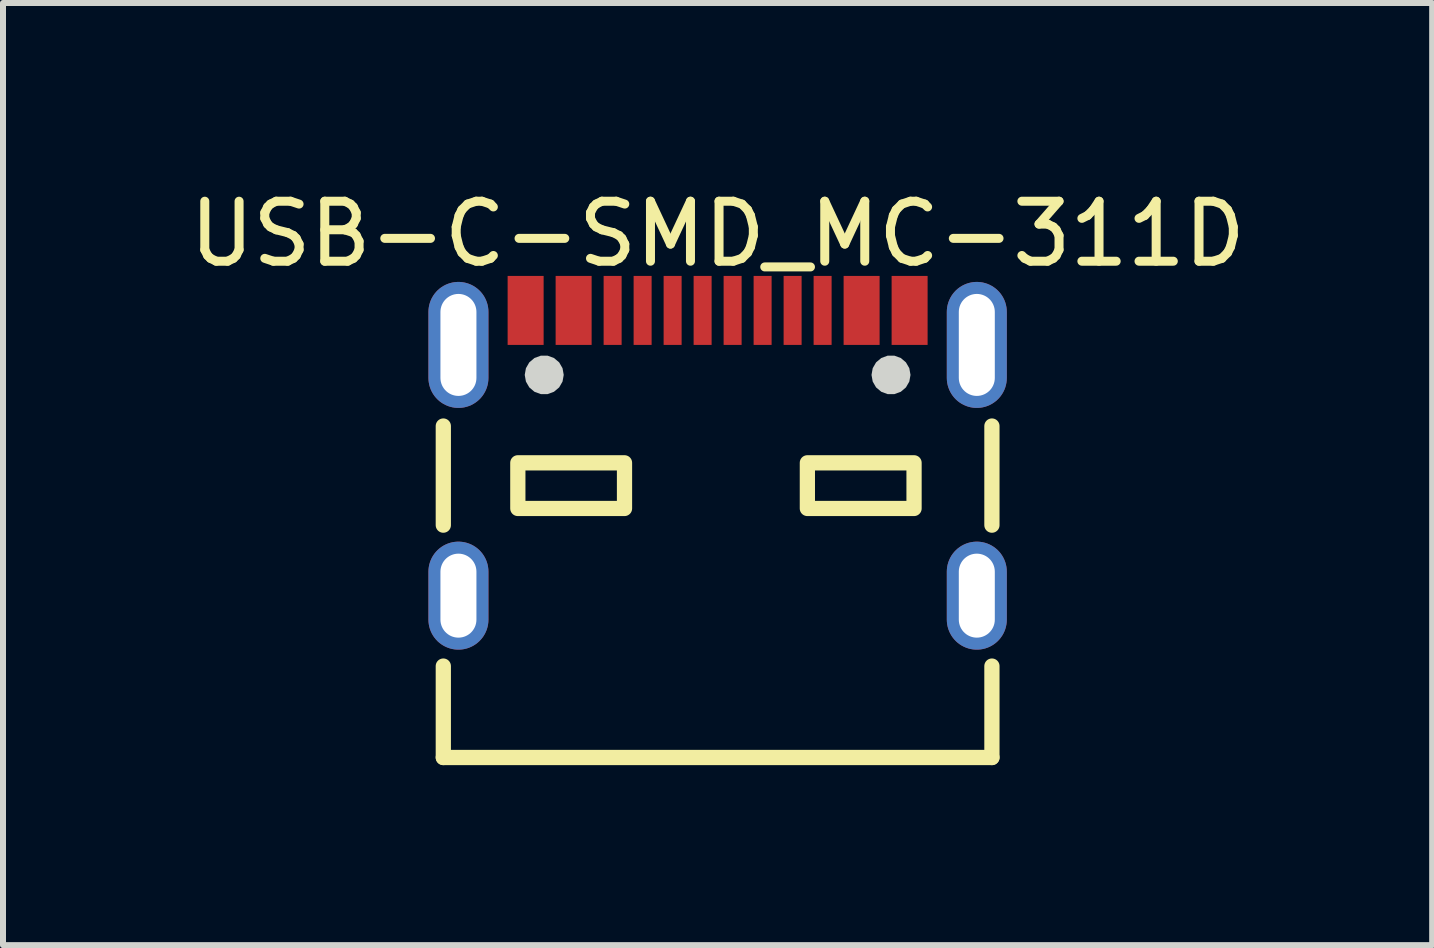
<source format=kicad_pcb>
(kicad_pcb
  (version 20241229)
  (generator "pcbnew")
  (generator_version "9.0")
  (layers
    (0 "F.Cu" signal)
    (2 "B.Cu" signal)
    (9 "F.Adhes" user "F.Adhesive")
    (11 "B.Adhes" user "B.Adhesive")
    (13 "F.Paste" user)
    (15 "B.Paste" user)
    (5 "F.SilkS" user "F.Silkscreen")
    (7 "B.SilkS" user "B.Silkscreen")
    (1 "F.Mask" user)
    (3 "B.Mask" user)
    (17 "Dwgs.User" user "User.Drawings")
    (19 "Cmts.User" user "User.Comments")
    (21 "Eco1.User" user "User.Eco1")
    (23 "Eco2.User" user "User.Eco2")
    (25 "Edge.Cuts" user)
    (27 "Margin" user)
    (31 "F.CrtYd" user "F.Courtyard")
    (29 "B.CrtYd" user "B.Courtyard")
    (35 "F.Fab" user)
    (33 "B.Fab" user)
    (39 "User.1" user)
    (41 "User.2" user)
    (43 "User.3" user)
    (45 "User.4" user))
  (footprint "USB-C-SMD_MC-311D"
    (layer "F.Cu")
    (at 8.911 4.501)
    (property "Reference" "USB-C-SMD_MC-311D" (at 0 -3.652 0) (layer "F.SilkS") (effects (font (size 1 1) (thickness 0.15))))
    (fp_line (start -4.572 -0.45) (end -4.572 1.202) (stroke (width 0.254) (type default)) (layer "F.SilkS"))
    (fp_line (start -4.572 3.551) (end -4.572 5.075) (stroke (width 0.254) (type default)) (layer "F.SilkS"))
    (fp_line (start -4.572 5.075) (end 4.572 5.075) (stroke (width 0.254) (type default)) (layer "F.SilkS"))
    (fp_line (start 4.572 -0.45) (end 4.572 1.202) (stroke (width 0.254) (type default)) (layer "F.SilkS"))
    (fp_line (start 4.572 5.075) (end 4.572 3.551) (stroke (width 0.254) (type default)) (layer "F.SilkS"))
    (fp_rect (start -3.33 0.163) (end -1.552 0.924) (stroke (width 0.254) (type default)) (fill no) (layer "F.SilkS"))
    (fp_rect (start 1.496 0.163) (end 3.274 0.924) (stroke (width 0.254) (type default)) (fill no) (layer "F.SilkS"))
    (fp_poly (pts (xy -2.565 -1.302) (xy -2.585 -1.414) (xy -2.641 -1.511) (xy -2.728 -1.584) (xy -2.834 -1.623) (xy -2.946 -1.623) (xy -3.053 -1.584) (xy -3.139 -1.511) (xy -3.195 -1.414) (xy -3.215 -1.302) (xy -3.195 -1.191) (xy -3.139 -1.094) (xy -3.053 -1.021) (xy -2.946 -0.982) (xy -2.834 -0.982) (xy -2.728 -1.021) (xy -2.641 -1.094) (xy -2.585 -1.191)) (stroke (width 0) (type default)) (fill yes) (layer "Edge.Cuts"))
    (fp_poly (pts (xy 3.215 -1.302) (xy 3.195 -1.414) (xy 3.139 -1.511) (xy 3.053 -1.584) (xy 2.946 -1.623) (xy 2.834 -1.623) (xy 2.728 -1.584) (xy 2.641 -1.511) (xy 2.585 -1.414) (xy 2.565 -1.302) (xy 2.585 -1.191) (xy 2.641 -1.094) (xy 2.728 -1.021) (xy 2.834 -0.982) (xy 2.946 -0.982) (xy 3.053 -1.021) (xy 3.139 -1.094) (xy 3.195 -1.191)) (stroke (width 0) (type default)) (fill yes) (layer "Edge.Cuts"))
    (pad "1" thru_hole oval (at -4.32 -1.802) (size 1 2.1) (drill oval 0.6 1.7) (layers "*.Cu" "*.Mask"))
    (pad "2" thru_hole oval (at -4.32 2.377) (size 1 1.8) (drill oval 0.6 1.4) (layers "*.Cu" "*.Mask"))
    (pad "3" thru_hole oval (at 4.32 2.377) (size 1 1.8) (drill oval 0.6 1.4) (layers "*.Cu" "*.Mask"))
    (pad "4" thru_hole oval (at 4.32 -1.802) (size 1 2.1) (drill oval 0.6 1.7) (layers "*.Cu" "*.Mask"))
    (pad "A1-B12" smd rect (at -3.2 -2.377) (size 0.6 1.15) (layers "F.Cu" "F.Mask" "F.Paste"))
    (pad "A4-B9" smd rect (at -2.4 -2.377) (size 0.6 1.15) (layers "F.Cu" "F.Mask" "F.Paste"))
    (pad "A5" smd rect (at -1.25 -2.377) (size 0.3 1.15) (layers "F.Cu" "F.Mask" "F.Paste"))
    (pad "A6" smd rect (at -0.25 -2.377) (size 0.3 1.15) (layers "F.Cu" "F.Mask" "F.Paste"))
    (pad "A7" smd rect (at 0.25 -2.377) (size 0.3 1.15) (layers "F.Cu" "F.Mask" "F.Paste"))
    (pad "A8" smd rect (at 1.25 -2.377) (size 0.3 1.15) (layers "F.Cu" "F.Mask" "F.Paste"))
    (pad "B1-A12" smd rect (at 3.2 -2.377) (size 0.6 1.15) (layers "F.Cu" "F.Mask" "F.Paste"))
    (pad "B4-A9" smd rect (at 2.4 -2.377) (size 0.6 1.15) (layers "F.Cu" "F.Mask" "F.Paste"))
    (pad "B5" smd rect (at 1.75 -2.377) (size 0.3 1.15) (layers "F.Cu" "F.Mask" "F.Paste"))
    (pad "B6" smd rect (at 0.75 -2.377) (size 0.3 1.15) (layers "F.Cu" "F.Mask" "F.Paste"))
    (pad "B7" smd rect (at -0.75 -2.377) (size 0.3 1.15) (layers "F.Cu" "F.Mask" "F.Paste"))
    (pad "B8" smd rect (at -1.75 -2.377) (size 0.3 1.15) (layers "F.Cu" "F.Mask" "F.Paste")))
  (gr_rect
    (start -3 -3)
    (end 20.821 12.703)
    (stroke (width 0.1) (type default))
    (fill no)
    (layer "Edge.Cuts")))
</source>
